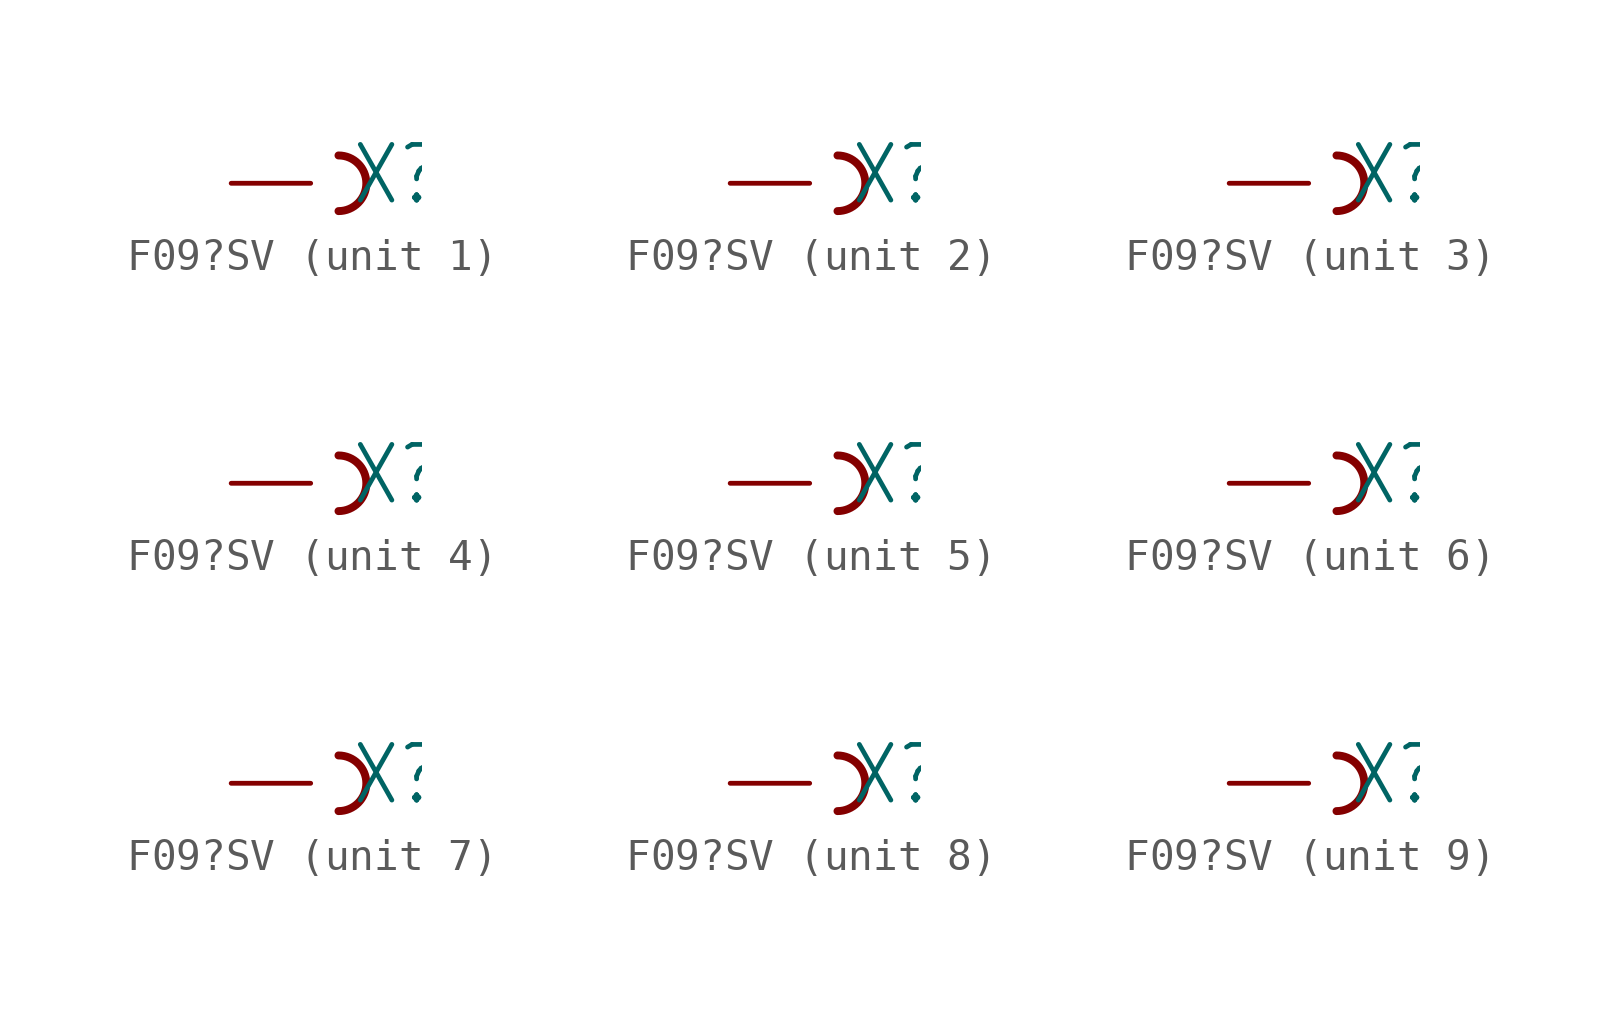
<source format=kicad_sym>
(kicad_symbol_lib
  (version 20211014)
  (generator kicad_symbol_editor)
  (symbol "F09?SV"
    (property "Reference" "X"
      (at 1.27 -0.762 0)
      (effects (font (size 1.778 1.511)) (justify left bottom)))
    (property "ki_locked" ""
      (at 0 0 0)
      (effects (font (size 1.27 1.27))))
    (symbol "F09?SV_1_0"
      (arc (start 0.889 -0.889) (mid 1.778 0) (end 0.889 0.889) (stroke (width 0.254) (type default) (color 0 0 0 0)) (fill (type none)))
      (pin passive line (at -2.54 0 0) (length 2.54) (name "F" (effects (font (size 0 0)))) (number "1" (effects (font (size 0 0))))))
    (symbol "F09?SV_2_0"
      (arc (start 0.889 -0.889) (mid 1.778 0) (end 0.889 0.889) (stroke (width 0.254) (type default) (color 0 0 0 0)) (fill (type none)))
      (pin passive line (at -2.54 0 0) (length 2.54) (name "F" (effects (font (size 0 0)))) (number "2" (effects (font (size 0 0))))))
    (symbol "F09?SV_3_0"
      (arc (start 0.889 -0.889) (mid 1.778 0) (end 0.889 0.889) (stroke (width 0.254) (type default) (color 0 0 0 0)) (fill (type none)))
      (pin passive line (at -2.54 0 0) (length 2.54) (name "F" (effects (font (size 0 0)))) (number "3" (effects (font (size 0 0))))))
    (symbol "F09?SV_4_0"
      (arc (start 0.889 -0.889) (mid 1.778 0) (end 0.889 0.889) (stroke (width 0.254) (type default) (color 0 0 0 0)) (fill (type none)))
      (pin passive line (at -2.54 0 0) (length 2.54) (name "F" (effects (font (size 0 0)))) (number "4" (effects (font (size 0 0))))))
    (symbol "F09?SV_5_0"
      (arc (start 0.889 -0.889) (mid 1.778 0) (end 0.889 0.889) (stroke (width 0.254) (type default) (color 0 0 0 0)) (fill (type none)))
      (pin passive line (at -2.54 0 0) (length 2.54) (name "F" (effects (font (size 0 0)))) (number "5" (effects (font (size 0 0))))))
    (symbol "F09?SV_6_0"
      (arc (start 0.889 -0.889) (mid 1.778 0) (end 0.889 0.889) (stroke (width 0.254) (type default) (color 0 0 0 0)) (fill (type none)))
      (pin passive line (at -2.54 0 0) (length 2.54) (name "F" (effects (font (size 0 0)))) (number "6" (effects (font (size 0 0))))))
    (symbol "F09?SV_7_0"
      (arc (start 0.889 -0.889) (mid 1.778 0) (end 0.889 0.889) (stroke (width 0.254) (type default) (color 0 0 0 0)) (fill (type none)))
      (pin passive line (at -2.54 0 0) (length 2.54) (name "F" (effects (font (size 0 0)))) (number "7" (effects (font (size 0 0))))))
    (symbol "F09?SV_8_0"
      (arc (start 0.889 -0.889) (mid 1.778 0) (end 0.889 0.889) (stroke (width 0.254) (type default) (color 0 0 0 0)) (fill (type none)))
      (pin passive line (at -2.54 0 0) (length 2.54) (name "F" (effects (font (size 0 0)))) (number "8" (effects (font (size 0 0))))))
    (symbol "F09?SV_9_0"
      (arc (start 0.889 -0.889) (mid 1.778 0) (end 0.889 0.889) (stroke (width 0.254) (type default) (color 0 0 0 0)) (fill (type none)))
      (pin passive line (at -2.54 0 0) (length 2.54) (name "F" (effects (font (size 0 0)))) (number "9" (effects (font (size 0 0))))))))
</source>
